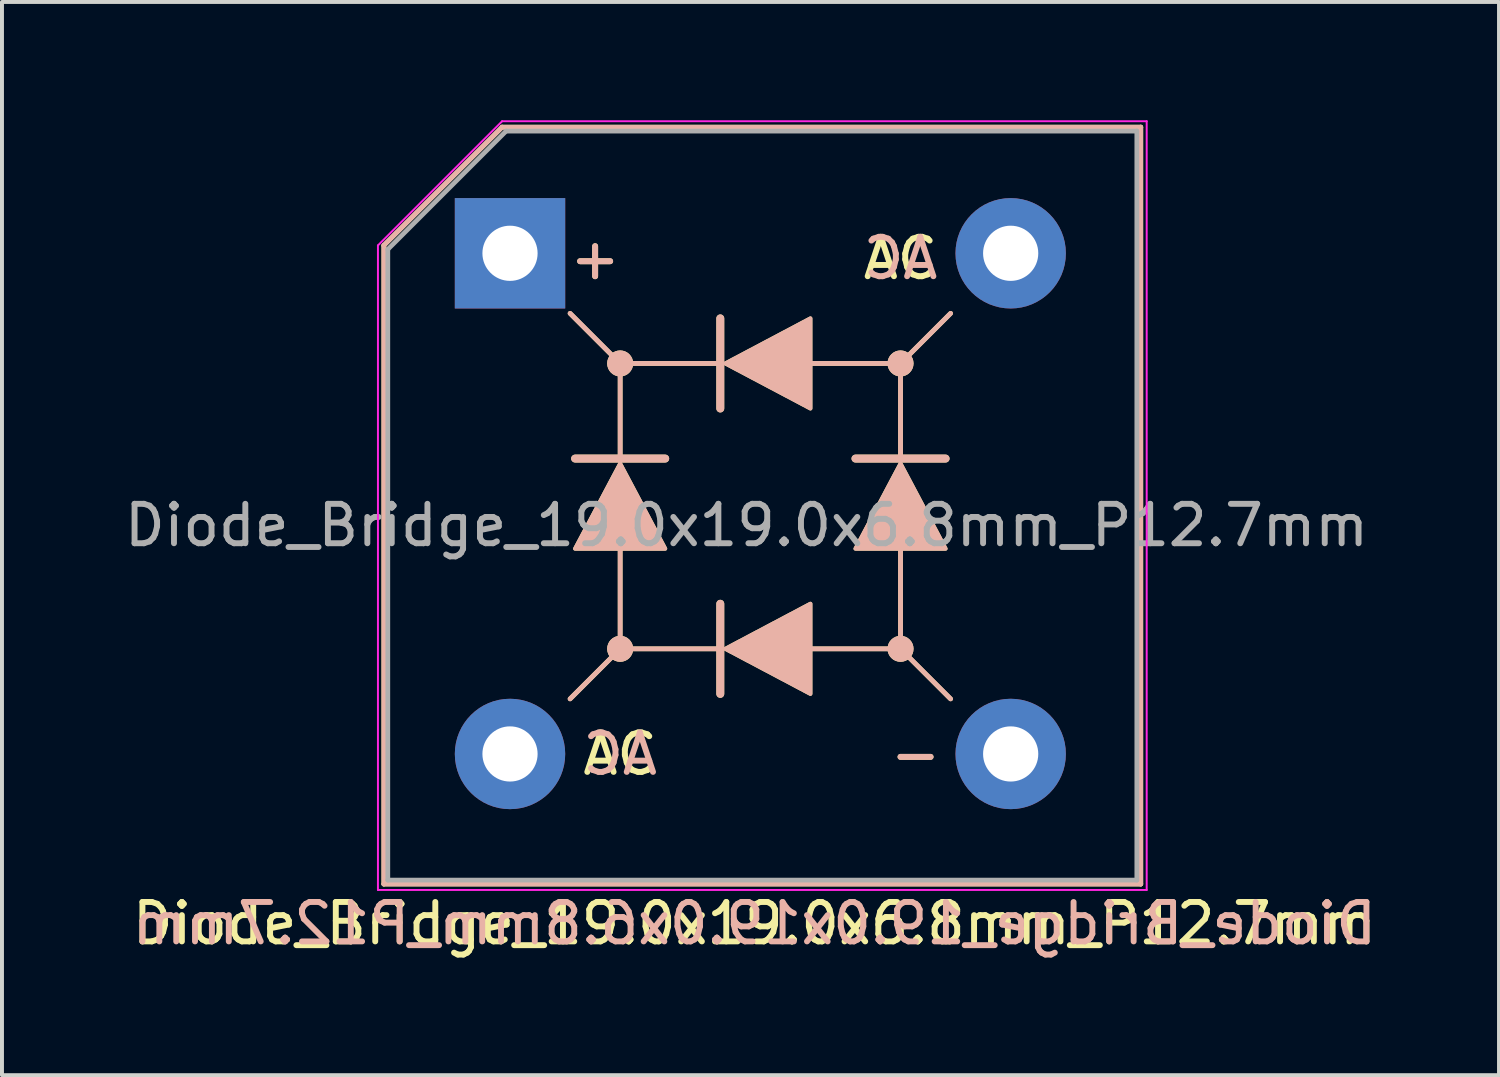
<source format=kicad_pcb>
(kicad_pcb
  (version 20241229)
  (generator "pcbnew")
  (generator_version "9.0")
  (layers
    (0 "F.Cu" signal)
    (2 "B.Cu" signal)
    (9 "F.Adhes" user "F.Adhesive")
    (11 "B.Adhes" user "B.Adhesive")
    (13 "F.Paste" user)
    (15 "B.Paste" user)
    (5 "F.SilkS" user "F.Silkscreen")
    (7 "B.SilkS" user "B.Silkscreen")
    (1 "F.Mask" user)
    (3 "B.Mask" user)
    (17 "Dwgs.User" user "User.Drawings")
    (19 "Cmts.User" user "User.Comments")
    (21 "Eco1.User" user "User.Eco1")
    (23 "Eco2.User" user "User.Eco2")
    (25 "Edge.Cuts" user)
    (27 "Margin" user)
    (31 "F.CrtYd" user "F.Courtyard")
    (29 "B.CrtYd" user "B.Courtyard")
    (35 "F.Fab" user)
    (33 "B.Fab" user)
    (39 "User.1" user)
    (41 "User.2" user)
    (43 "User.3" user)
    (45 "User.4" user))
  (footprint "Diode_Bridge_19.0x19.0x6.8mm_P12.7mm"
    (layer "F.Cu")
    (at 9.887 3.375)
    (property "Reference" "Diode_Bridge_19.0x19.0x6.8mm_P12.7mm" (at 6.2 17 180) (layer "F.SilkS") (effects (font (size 1 1) (thickness 0.15))))
    (fp_line (start -3.2 -0.2) (end -0.2 -3.2) (stroke (width 0.12) (type solid)) (layer "F.SilkS"))
    (fp_line (start -3.2 16) (end -3.2 -0.2) (stroke (width 0.12) (type solid)) (layer "F.SilkS"))
    (fp_line (start -0.2 -3.2) (end 16 -3.2) (stroke (width 0.12) (type solid)) (layer "F.SilkS"))
    (fp_line (start 1.524 1.524) (end 2.794 2.794) (stroke (width 0.12) (type solid)) (layer "F.SilkS"))
    (fp_line (start 1.524 11.303) (end 2.794 10.033) (stroke (width 0.12) (type solid)) (layer "F.SilkS"))
    (fp_line (start 2.794 5.207) (end 1.651 5.207) (stroke (width 0.2) (type solid)) (layer "F.SilkS"))
    (fp_line (start 2.794 5.207) (end 2.794 2.794) (stroke (width 0.12) (type solid)) (layer "F.SilkS"))
    (fp_line (start 2.794 10.033) (end 2.794 7.493) (stroke (width 0.12) (type solid)) (layer "F.SilkS"))
    (fp_line (start 3.937 5.207) (end 2.794 5.207) (stroke (width 0.2) (type solid)) (layer "F.SilkS"))
    (fp_line (start 5.334 1.651) (end 5.334 2.794) (stroke (width 0.2) (type solid)) (layer "F.SilkS"))
    (fp_line (start 5.334 2.794) (end 2.794 2.794) (stroke (width 0.12) (type solid)) (layer "F.SilkS"))
    (fp_line (start 5.334 2.794) (end 5.334 3.937) (stroke (width 0.2) (type solid)) (layer "F.SilkS"))
    (fp_line (start 5.334 8.89) (end 5.334 10.033) (stroke (width 0.2) (type solid)) (layer "F.SilkS"))
    (fp_line (start 5.334 10.033) (end 2.794 10.033) (stroke (width 0.12) (type solid)) (layer "F.SilkS"))
    (fp_line (start 5.334 10.033) (end 5.334 11.176) (stroke (width 0.2) (type solid)) (layer "F.SilkS"))
    (fp_line (start 9.906 2.794) (end 7.62 2.794) (stroke (width 0.12) (type solid)) (layer "F.SilkS"))
    (fp_line (start 9.906 5.207) (end 8.763 5.207) (stroke (width 0.2) (type solid)) (layer "F.SilkS"))
    (fp_line (start 9.906 5.207) (end 9.906 2.794) (stroke (width 0.12) (type solid)) (layer "F.SilkS"))
    (fp_line (start 9.906 10.033) (end 7.62 10.033) (stroke (width 0.12) (type solid)) (layer "F.SilkS"))
    (fp_line (start 9.906 10.033) (end 9.906 7.493) (stroke (width 0.12) (type solid)) (layer "F.SilkS"))
    (fp_line (start 11.049 5.207) (end 9.906 5.207) (stroke (width 0.2) (type solid)) (layer "F.SilkS"))
    (fp_line (start 11.176 1.524) (end 9.906 2.794) (stroke (width 0.12) (type solid)) (layer "F.SilkS"))
    (fp_line (start 11.176 11.303) (end 9.906 10.033) (stroke (width 0.12) (type solid)) (layer "F.SilkS"))
    (fp_line (start 16 -3.2) (end 16 16) (stroke (width 0.12) (type solid)) (layer "F.SilkS"))
    (fp_line (start 16 16) (end -3.2 16) (stroke (width 0.12) (type solid)) (layer "F.SilkS"))
    (fp_circle (center 2.794 2.794) (end 2.857 2.731) (stroke (width 0.12) (type solid)) (fill no) (layer "F.SilkS"))
    (fp_circle (center 2.794 2.794) (end 2.921 2.667) (stroke (width 0.12) (type solid)) (fill no) (layer "F.SilkS"))
    (fp_circle (center 2.794 2.794) (end 2.985 2.603) (stroke (width 0.12) (type solid)) (fill no) (layer "F.SilkS"))
    (fp_circle (center 2.794 10.033) (end 2.857 9.97) (stroke (width 0.12) (type solid)) (fill no) (layer "F.SilkS"))
    (fp_circle (center 2.794 10.033) (end 2.921 9.906) (stroke (width 0.12) (type solid)) (fill no) (layer "F.SilkS"))
    (fp_circle (center 2.794 10.033) (end 2.985 9.842) (stroke (width 0.12) (type solid)) (fill no) (layer "F.SilkS"))
    (fp_circle (center 9.906 2.794) (end 9.97 2.731) (stroke (width 0.12) (type solid)) (fill no) (layer "F.SilkS"))
    (fp_circle (center 9.906 2.794) (end 10.033 2.667) (stroke (width 0.12) (type solid)) (fill no) (layer "F.SilkS"))
    (fp_circle (center 9.906 2.794) (end 10.097 2.603) (stroke (width 0.12) (type solid)) (fill no) (layer "F.SilkS"))
    (fp_circle (center 9.906 10.033) (end 9.97 9.97) (stroke (width 0.12) (type solid)) (fill no) (layer "F.SilkS"))
    (fp_circle (center 9.906 10.033) (end 10.033 9.906) (stroke (width 0.12) (type solid)) (fill no) (layer "F.SilkS"))
    (fp_circle (center 9.906 10.033) (end 10.097 9.842) (stroke (width 0.12) (type solid)) (fill no) (layer "F.SilkS"))
    (fp_poly (pts (xy 3.937 7.493) (xy 1.651 7.493) (xy 2.794 5.334)) (stroke (width 0.1) (type solid)) (fill yes) (layer "F.SilkS"))
    (fp_poly (pts (xy 7.62 1.651) (xy 7.62 3.937) (xy 5.461 2.794)) (stroke (width 0.1) (type solid)) (fill yes) (layer "F.SilkS"))
    (fp_poly (pts (xy 7.62 8.89) (xy 7.62 11.176) (xy 5.461 10.033)) (stroke (width 0.1) (type solid)) (fill yes) (layer "F.SilkS"))
    (fp_poly (pts (xy 11.049 7.493) (xy 8.763 7.493) (xy 9.906 5.334)) (stroke (width 0.1) (type solid)) (fill yes) (layer "F.SilkS"))
    (fp_line (start -3.2 -0.2) (end -0.2 -3.2) (stroke (width 0.12) (type solid)) (layer "B.SilkS"))
    (fp_line (start -3.2 16) (end -3.2 -0.2) (stroke (width 0.12) (type solid)) (layer "B.SilkS"))
    (fp_line (start -0.2 -3.2) (end 16 -3.2) (stroke (width 0.12) (type solid)) (layer "B.SilkS"))
    (fp_line (start 1.524 1.524) (end 2.794 2.794) (stroke (width 0.12) (type solid)) (layer "B.SilkS"))
    (fp_line (start 1.524 11.303) (end 2.794 10.033) (stroke (width 0.12) (type solid)) (layer "B.SilkS"))
    (fp_line (start 2.794 5.207) (end 1.651 5.207) (stroke (width 0.2) (type solid)) (layer "B.SilkS"))
    (fp_line (start 2.794 5.207) (end 2.794 2.794) (stroke (width 0.12) (type solid)) (layer "B.SilkS"))
    (fp_line (start 2.794 10.033) (end 2.794 7.493) (stroke (width 0.12) (type solid)) (layer "B.SilkS"))
    (fp_line (start 3.937 5.207) (end 2.794 5.207) (stroke (width 0.2) (type solid)) (layer "B.SilkS"))
    (fp_line (start 5.334 1.651) (end 5.334 2.794) (stroke (width 0.2) (type solid)) (layer "B.SilkS"))
    (fp_line (start 5.334 2.794) (end 2.794 2.794) (stroke (width 0.12) (type solid)) (layer "B.SilkS"))
    (fp_line (start 5.334 2.794) (end 5.334 3.937) (stroke (width 0.2) (type solid)) (layer "B.SilkS"))
    (fp_line (start 5.334 8.89) (end 5.334 10.033) (stroke (width 0.2) (type solid)) (layer "B.SilkS"))
    (fp_line (start 5.334 10.033) (end 2.794 10.033) (stroke (width 0.12) (type solid)) (layer "B.SilkS"))
    (fp_line (start 5.334 10.033) (end 5.334 11.176) (stroke (width 0.2) (type solid)) (layer "B.SilkS"))
    (fp_line (start 9.906 2.794) (end 7.62 2.794) (stroke (width 0.12) (type solid)) (layer "B.SilkS"))
    (fp_line (start 9.906 5.207) (end 8.763 5.207) (stroke (width 0.2) (type solid)) (layer "B.SilkS"))
    (fp_line (start 9.906 5.207) (end 9.906 2.794) (stroke (width 0.12) (type solid)) (layer "B.SilkS"))
    (fp_line (start 9.906 10.033) (end 7.62 10.033) (stroke (width 0.12) (type solid)) (layer "B.SilkS"))
    (fp_line (start 9.906 10.033) (end 9.906 7.493) (stroke (width 0.12) (type solid)) (layer "B.SilkS"))
    (fp_line (start 11.049 5.207) (end 9.906 5.207) (stroke (width 0.2) (type solid)) (layer "B.SilkS"))
    (fp_line (start 11.176 1.524) (end 9.906 2.794) (stroke (width 0.12) (type solid)) (layer "B.SilkS"))
    (fp_line (start 11.176 11.303) (end 9.906 10.033) (stroke (width 0.12) (type solid)) (layer "B.SilkS"))
    (fp_line (start 16 -3.2) (end 16 16) (stroke (width 0.12) (type solid)) (layer "B.SilkS"))
    (fp_line (start 16 16) (end -3.2 16) (stroke (width 0.12) (type solid)) (layer "B.SilkS"))
    (fp_circle (center 2.794 2.794) (end 2.884 2.794) (stroke (width 0.12) (type solid)) (fill no) (layer "B.SilkS"))
    (fp_circle (center 2.794 2.794) (end 2.974 2.794) (stroke (width 0.12) (type solid)) (fill no) (layer "B.SilkS"))
    (fp_circle (center 2.794 2.794) (end 3.063 2.794) (stroke (width 0.12) (type solid)) (fill no) (layer "B.SilkS"))
    (fp_circle (center 2.794 10.033) (end 2.884 10.033) (stroke (width 0.12) (type solid)) (fill no) (layer "B.SilkS"))
    (fp_circle (center 2.794 10.033) (end 2.974 10.033) (stroke (width 0.12) (type solid)) (fill no) (layer "B.SilkS"))
    (fp_circle (center 2.794 10.033) (end 3.063 10.033) (stroke (width 0.12) (type solid)) (fill no) (layer "B.SilkS"))
    (fp_circle (center 9.906 2.794) (end 9.996 2.794) (stroke (width 0.12) (type solid)) (fill no) (layer "B.SilkS"))
    (fp_circle (center 9.906 2.794) (end 10.086 2.794) (stroke (width 0.12) (type solid)) (fill no) (layer "B.SilkS"))
    (fp_circle (center 9.906 2.794) (end 10.175 2.794) (stroke (width 0.12) (type solid)) (fill no) (layer "B.SilkS"))
    (fp_circle (center 9.906 10.033) (end 9.996 10.033) (stroke (width 0.12) (type solid)) (fill no) (layer "B.SilkS"))
    (fp_circle (center 9.906 10.033) (end 10.086 10.033) (stroke (width 0.12) (type solid)) (fill no) (layer "B.SilkS"))
    (fp_circle (center 9.906 10.033) (end 10.175 10.033) (stroke (width 0.12) (type solid)) (fill no) (layer "B.SilkS"))
    (fp_poly (pts (xy 3.937 7.493) (xy 1.651 7.493) (xy 2.794 5.334)) (stroke (width 0.1) (type solid)) (fill yes) (layer "B.SilkS"))
    (fp_poly (pts (xy 7.62 1.651) (xy 7.62 3.937) (xy 5.461 2.794)) (stroke (width 0.1) (type solid)) (fill yes) (layer "B.SilkS"))
    (fp_poly (pts (xy 7.62 8.89) (xy 7.62 11.176) (xy 5.461 10.033)) (stroke (width 0.1) (type solid)) (fill yes) (layer "B.SilkS"))
    (fp_poly (pts (xy 11.049 7.493) (xy 8.763 7.493) (xy 9.906 5.334)) (stroke (width 0.1) (type solid)) (fill yes) (layer "B.SilkS"))
    (fp_line (start -3.35 -0.2) (end -3.35 16.15) (stroke (width 0.05) (type solid)) (layer "F.CrtYd"))
    (fp_line (start -3.35 16.15) (end 16.15 16.15) (stroke (width 0.05) (type solid)) (layer "F.CrtYd"))
    (fp_line (start -0.2 -3.35) (end -3.35 -0.2) (stroke (width 0.05) (type solid)) (layer "F.CrtYd"))
    (fp_line (start 16.15 -3.35) (end -0.2 -3.35) (stroke (width 0.05) (type solid)) (layer "F.CrtYd"))
    (fp_line (start 16.15 16.15) (end 16.15 -3.35) (stroke (width 0.05) (type solid)) (layer "F.CrtYd"))
    (fp_line (start -3.1 -0.1) (end -0.1 -3.1) (stroke (width 0.12) (type solid)) (layer "F.Fab"))
    (fp_line (start -3.1 15.9) (end -3.1 -0.1) (stroke (width 0.12) (type solid)) (layer "F.Fab"))
    (fp_line (start -0.1 -3.1) (end 15.9 -3.1) (stroke (width 0.12) (type solid)) (layer "F.Fab"))
    (fp_line (start 15.9 -3.1) (end 15.9 15.9) (stroke (width 0.12) (type solid)) (layer "F.Fab"))
    (fp_line (start 15.9 15.9) (end -3.1 15.9) (stroke (width 0.12) (type solid)) (layer "F.Fab"))
    (fp_text user "+" (at 2.159 0.127 0) (layer "F.SilkS") (effects (font (size 1 1) (thickness 0.15))))
    (fp_text user "AC" (at 9.906 0.127 0) (layer "F.SilkS") (effects (font (size 1 1) (thickness 0.15))))
    (fp_text user "-" (at 10.287 12.7 0) (layer "F.SilkS") (effects (font (size 1 1) (thickness 0.15))))
    (fp_text user "AC" (at 2.794 12.7 0) (layer "F.SilkS") (effects (font (size 1 1) (thickness 0.15))))
    (fp_text user "-" (at 10.287 12.7 0) (layer "B.SilkS") (effects (font (size 1 1) (thickness 0.15)) (justify mirror)))
    (fp_text user "${REFERENCE}" (at 6.2 17 0) (layer "B.SilkS") (effects (font (size 1 1) (thickness 0.15)) (justify mirror)))
    (fp_text user "AC" (at 9.906 0.127 0) (layer "B.SilkS") (effects (font (size 1 1) (thickness 0.15)) (justify mirror)))
    (fp_text user "+" (at 2.159 0.127 0) (layer "B.SilkS") (effects (font (size 1 1) (thickness 0.15)) (justify mirror)))
    (fp_text user "AC" (at 2.794 12.7 0) (layer "B.SilkS") (effects (font (size 1 1) (thickness 0.15)) (justify mirror)))
    (fp_text user "${REFERENCE}" (at 6 6.9 180) (layer "F.Fab") (effects (font (size 1 1) (thickness 0.15))))
    (pad "1" thru_hole rect (at 0 0 180) (size 2.8 2.8) (drill 1.4) (layers "*.Cu" "*.Mask"))
    (pad "2" thru_hole circle (at 0 12.7 180) (size 2.8 2.8) (drill 1.4) (layers "*.Cu" "*.Mask"))
    (pad "3" thru_hole circle (at 12.7 12.7 180) (size 2.8 2.8) (drill 1.4) (layers "*.Cu" "*.Mask"))
    (pad "4" thru_hole circle (at 12.7 0 180) (size 2.8 2.8) (drill 1.4) (layers "*.Cu" "*.Mask")))
  (gr_rect
    (start -3 -3)
    (end 34.974 24.223)
    (stroke (width 0.1) (type default))
    (fill no)
    (layer "Edge.Cuts")))
</source>
